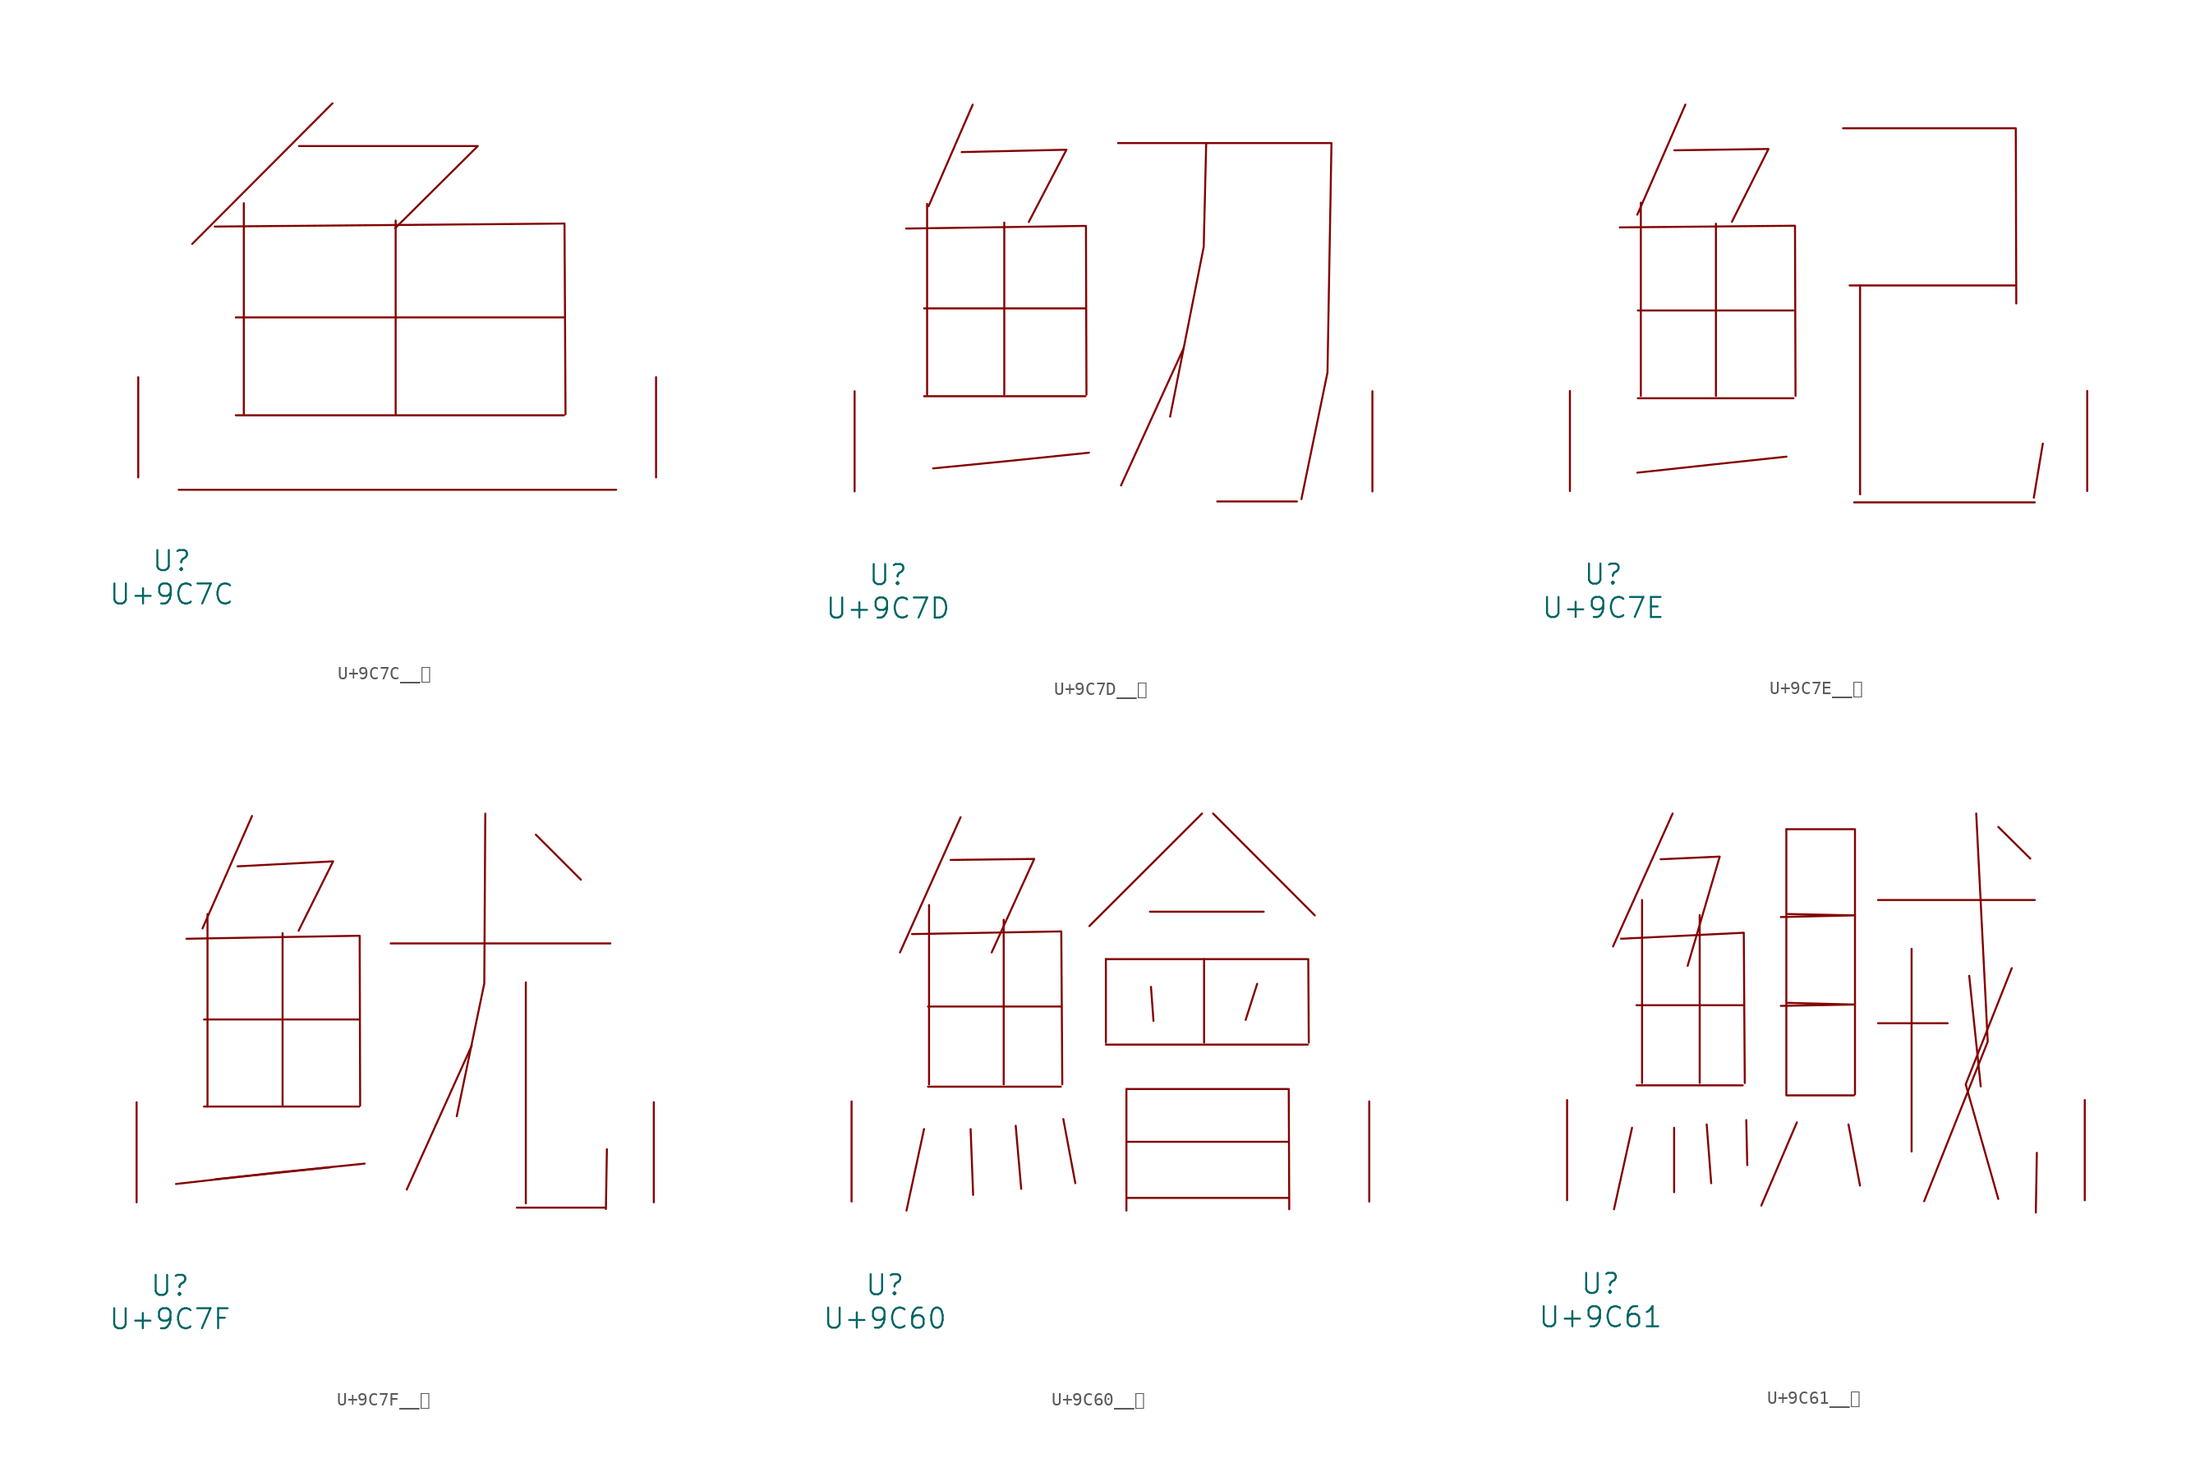
<source format=kicad_sym>
(kicad_symbol_lib
  (version 20231120)
  (generator "kicad_symbol_editor")
  (generator_version "8.0")
  (symbol "U+9C7C__鱼"
    (pin_names
      (offset 1.016))
    (property "Reference" "U"
      (at 0 -6.35 0)
      (effects (font (size 1.524 1.524))))
    (property "Value" "U+9C7C"
      (at 0 -8.89 0)
      (effects (font (size 1.524 1.524))))
    (symbol "U+9C7C__鱼_0_1"
      (polyline (pts (xy 0.533 -0.94) (xy 33.795 -0.94)) (stroke (width 0) (type solid)) (fill (type none)))
      (polyline (pts (xy 4.877 4.724) (xy 29.832 4.724)) (stroke (width 0) (type solid)) (fill (type none)))
      (polyline (pts (xy 4.877 12.167) (xy 29.832 12.167)) (stroke (width 0) (type solid)) (fill (type none)))
      (polyline (pts (xy 5.486 20.853) (xy 5.486 4.801)) (stroke (width 0) (type solid)) (fill (type none)))
      (polyline (pts (xy 12.23 28.448) (xy 1.562 17.755)) (stroke (width 0) (type solid)) (fill (type none)))
      (polyline (pts (xy 17.031 19.533) (xy 17.031 4.801)) (stroke (width 0) (type solid)) (fill (type none)))
      (polyline (pts (xy 3.277 19.075) (xy 29.87 19.304) (xy 29.947 4.801)) (stroke (width 0) (type solid)) (fill (type none)))
      (polyline (pts (xy 9.677 25.197) (xy 23.279 25.197) (xy 16.993 18.948)) (stroke (width 0) (type solid)) (fill (type none)))
      (pin input line (at -2.54 0 90) (length 7.62) (name "~" (effects (font (size 1.27 1.27)))) (number "~" (effects (font (size 1.27 1.27)))))
      (pin input line (at 36.83 0 90) (length 7.62) (name "~" (effects (font (size 1.27 1.27)))) (number "~" (effects (font (size 1.27 1.27)))))))
  (symbol "U+9C7D__鱽"
    (pin_names
      (offset 1.016))
    (property "Reference" "U"
      (at 0 -6.35 0)
      (effects (font (size 1.524 1.524))))
    (property "Value" "U+9C7D"
      (at 0 -8.89 0)
      (effects (font (size 1.524 1.524))))
    (symbol "U+9C7D__鱽_0_1"
      (polyline (pts (xy 2.743 7.239) (xy 15.011 7.239)) (stroke (width 0) (type solid)) (fill (type none)))
      (polyline (pts (xy 2.743 13.919) (xy 15.011 13.919)) (stroke (width 0) (type solid)) (fill (type none)))
      (polyline (pts (xy 2.972 21.869) (xy 2.972 7.366)) (stroke (width 0) (type solid)) (fill (type none)))
      (polyline (pts (xy 6.439 29.413) (xy 3.086 21.692)) (stroke (width 0) (type solid)) (fill (type none)))
      (polyline (pts (xy 8.839 20.447) (xy 8.839 7.366)) (stroke (width 0) (type solid)) (fill (type none)))
      (polyline (pts (xy 22.479 10.897) (xy 17.716 0.457)) (stroke (width 0) (type solid)) (fill (type none)))
      (polyline (pts (xy 25.032 -0.762) (xy 31.09 -0.762)) (stroke (width 0) (type solid)) (fill (type none)))
      (polyline (pts (xy 1.372 19.99) (xy 15.05 20.193) (xy 15.088 7.366)) (stroke (width 0) (type solid)) (fill (type none)))
      (polyline (pts (xy 5.601 25.806) (xy 13.564 25.984) (xy 10.706 20.498)) (stroke (width 0) (type solid)) (fill (type none)))
      (polyline (pts (xy 15.278 2.946) (xy 9.373 2.337) (xy 3.429 1.753)) (stroke (width 0) (type solid)) (fill (type none)))
      (polyline (pts (xy 24.194 26.492) (xy 24.003 18.593) (xy 21.45 5.69)) (stroke (width 0) (type solid)) (fill (type none)))
      (polyline (pts (xy 17.488 26.492) (xy 33.718 26.492) (xy 33.414 9.042) (xy 31.433 -0.584)) (stroke (width 0) (type solid)) (fill (type none)))
      (pin input line (at -2.54 0 90) (length 7.62) (name "~" (effects (font (size 1.27 1.27)))) (number "~" (effects (font (size 1.27 1.27)))))
      (pin input line (at 36.83 0 90) (length 7.62) (name "~" (effects (font (size 1.27 1.27)))) (number "~" (effects (font (size 1.27 1.27)))))))
  (symbol "U+9C7E__鱾"
    (pin_names
      (offset 1.016))
    (property "Reference" "U"
      (at 0 -6.35 0)
      (effects (font (size 1.524 1.524))))
    (property "Value" "U+9C7E"
      (at 0 -8.89 0)
      (effects (font (size 1.524 1.524))))
    (symbol "U+9C7E__鱾_0_1"
      (polyline (pts (xy 2.629 7.061) (xy 14.478 7.061)) (stroke (width 0) (type solid)) (fill (type none)))
      (polyline (pts (xy 2.629 13.741) (xy 14.478 13.741)) (stroke (width 0) (type solid)) (fill (type none)))
      (polyline (pts (xy 2.857 21.946) (xy 2.857 7.239)) (stroke (width 0) (type solid)) (fill (type none)))
      (polyline (pts (xy 6.248 29.413) (xy 2.591 21.031)) (stroke (width 0) (type solid)) (fill (type none)))
      (polyline (pts (xy 8.572 20.345) (xy 8.572 7.239)) (stroke (width 0) (type solid)) (fill (type none)))
      (polyline (pts (xy 18.745 15.646) (xy 31.394 15.646)) (stroke (width 0) (type solid)) (fill (type none)))
      (polyline (pts (xy 19.088 -0.864) (xy 32.842 -0.864)) (stroke (width 0) (type solid)) (fill (type none)))
      (polyline (pts (xy 19.545 15.646) (xy 19.545 -0.254)) (stroke (width 0) (type solid)) (fill (type none)))
      (polyline (pts (xy 33.452 3.607) (xy 32.766 -0.508)) (stroke (width 0) (type solid)) (fill (type none)))
      (polyline (pts (xy 1.257 20.066) (xy 14.592 20.193) (xy 14.63 7.239)) (stroke (width 0) (type solid)) (fill (type none)))
      (polyline (pts (xy 5.41 25.933) (xy 12.573 26.035) (xy 9.792 20.498)) (stroke (width 0) (type solid)) (fill (type none)))
      (polyline (pts (xy 13.945 2.616) (xy 8.458 2.032) (xy 2.591 1.397)) (stroke (width 0) (type solid)) (fill (type none)))
      (polyline (pts (xy 18.25 27.61) (xy 31.394 27.61) (xy 31.433 14.275)) (stroke (width 0) (type solid)) (fill (type none)))
      (pin input line (at -2.54 0 90) (length 7.62) (name "~" (effects (font (size 1.27 1.27)))) (number "~" (effects (font (size 1.27 1.27)))))
      (pin input line (at 36.83 0 90) (length 7.62) (name "~" (effects (font (size 1.27 1.27)))) (number "~" (effects (font (size 1.27 1.27)))))))
  (symbol "U+9C7F__鱿"
    (pin_names
      (offset 1.016))
    (property "Reference" "U"
      (at 0 -6.35 0)
      (effects (font (size 1.524 1.524))))
    (property "Value" "U+9C7F"
      (at 0 -8.89 0)
      (effects (font (size 1.524 1.524))))
    (symbol "U+9C7F__鱿_0_1"
      (polyline (pts (xy 2.591 7.29) (xy 14.402 7.29)) (stroke (width 0) (type solid)) (fill (type none)))
      (polyline (pts (xy 2.591 13.919) (xy 14.402 13.919)) (stroke (width 0) (type solid)) (fill (type none)))
      (polyline (pts (xy 2.857 21.946) (xy 2.857 7.366)) (stroke (width 0) (type solid)) (fill (type none)))
      (polyline (pts (xy 6.248 29.413) (xy 2.477 20.853)) (stroke (width 0) (type solid)) (fill (type none)))
      (polyline (pts (xy 8.572 20.498) (xy 8.572 7.366)) (stroke (width 0) (type solid)) (fill (type none)))
      (polyline (pts (xy 12.23 2.667) (xy 3.429 1.753)) (stroke (width 0) (type solid)) (fill (type none)))
      (polyline (pts (xy 16.802 19.71) (xy 33.528 19.71)) (stroke (width 0) (type solid)) (fill (type none)))
      (polyline (pts (xy 22.974 11.938) (xy 18.021 0.965)) (stroke (width 0) (type solid)) (fill (type none)))
      (polyline (pts (xy 26.403 -0.406) (xy 33.109 -0.406)) (stroke (width 0) (type solid)) (fill (type none)))
      (polyline (pts (xy 27.089 16.739) (xy 27.089 -0.076)) (stroke (width 0) (type solid)) (fill (type none)))
      (polyline (pts (xy 27.851 27.991) (xy 31.28 24.562)) (stroke (width 0) (type solid)) (fill (type none)))
      (polyline (pts (xy 33.261 4.039) (xy 33.185 -0.508)) (stroke (width 0) (type solid)) (fill (type none)))
      (polyline (pts (xy 1.257 20.066) (xy 14.44 20.295) (xy 14.478 7.366)) (stroke (width 0) (type solid)) (fill (type none)))
      (polyline (pts (xy 5.144 25.578) (xy 12.421 25.959) (xy 9.792 20.676)) (stroke (width 0) (type solid)) (fill (type none)))
      (polyline (pts (xy 14.821 2.946) (xy 8.077 2.261) (xy 0.457 1.397)) (stroke (width 0) (type solid)) (fill (type none)))
      (polyline (pts (xy 24.003 29.591) (xy 23.927 16.662) (xy 21.831 6.553)) (stroke (width 0) (type solid)) (fill (type none)))
      (pin input line (at -2.54 0 90) (length 7.62) (name "~" (effects (font (size 1.27 1.27)))) (number "~" (effects (font (size 1.27 1.27)))))
      (pin input line (at 36.83 0 90) (length 7.62) (name "~" (effects (font (size 1.27 1.27)))) (number "~" (effects (font (size 1.27 1.27)))))))
  (symbol "U+9C60__鱠"
    (pin_names
      (offset 1.016))
    (property "Reference" "U"
      (at 0 -6.35 0)
      (effects (font (size 1.524 1.524))))
    (property "Value" "U+9C60"
      (at 0 -8.89 0)
      (effects (font (size 1.524 1.524))))
    (symbol "U+9C60__鱠_0_1"
      (polyline (pts (xy 2.972 5.512) (xy 1.638 -0.686)) (stroke (width 0) (type solid)) (fill (type none)))
      (polyline (pts (xy 3.277 8.738) (xy 13.373 8.738)) (stroke (width 0) (type solid)) (fill (type none)))
      (polyline (pts (xy 3.277 14.834) (xy 13.373 14.834)) (stroke (width 0) (type solid)) (fill (type none)))
      (polyline (pts (xy 3.353 22.555) (xy 3.353 8.915)) (stroke (width 0) (type solid)) (fill (type none)))
      (polyline (pts (xy 5.753 29.235) (xy 1.143 18.948)) (stroke (width 0) (type solid)) (fill (type none)))
      (polyline (pts (xy 6.515 5.512) (xy 6.706 0.508)) (stroke (width 0) (type solid)) (fill (type none)))
      (polyline (pts (xy 9.03 21.438) (xy 9.03 8.915)) (stroke (width 0) (type solid)) (fill (type none)))
      (polyline (pts (xy 9.944 5.766) (xy 10.363 0.965)) (stroke (width 0) (type solid)) (fill (type none)))
      (polyline (pts (xy 13.564 6.274) (xy 14.478 1.397)) (stroke (width 0) (type solid)) (fill (type none)))
      (polyline (pts (xy 16.802 11.938) (xy 32.156 11.938)) (stroke (width 0) (type solid)) (fill (type none)))
      (polyline (pts (xy 16.802 18.44) (xy 16.802 12.09)) (stroke (width 0) (type solid)) (fill (type none)))
      (polyline (pts (xy 18.364 0.279) (xy 30.709 0.279)) (stroke (width 0) (type solid)) (fill (type none)))
      (polyline (pts (xy 18.364 4.547) (xy 30.709 4.547)) (stroke (width 0) (type solid)) (fill (type none)))
      (polyline (pts (xy 18.364 8.56) (xy 18.364 -0.686)) (stroke (width 0) (type solid)) (fill (type none)))
      (polyline (pts (xy 20.155 22.047) (xy 28.804 22.047)) (stroke (width 0) (type solid)) (fill (type none)))
      (polyline (pts (xy 20.231 16.332) (xy 20.422 13.741)) (stroke (width 0) (type solid)) (fill (type none)))
      (polyline (pts (xy 24.117 29.515) (xy 15.545 20.955)) (stroke (width 0) (type solid)) (fill (type none)))
      (polyline (pts (xy 24.27 18.44) (xy 24.27 12.09)) (stroke (width 0) (type solid)) (fill (type none)))
      (polyline (pts (xy 24.956 29.515) (xy 32.69 21.768)) (stroke (width 0) (type solid)) (fill (type none)))
      (polyline (pts (xy 28.308 16.561) (xy 27.432 13.818)) (stroke (width 0) (type solid)) (fill (type none)))
      (polyline (pts (xy 2.057 20.345) (xy 13.411 20.549) (xy 13.487 8.915)) (stroke (width 0) (type solid)) (fill (type none)))
      (polyline (pts (xy 4.991 25.984) (xy 11.354 26.06) (xy 8.115 18.948)) (stroke (width 0) (type solid)) (fill (type none)))
      (polyline (pts (xy 16.802 18.44) (xy 32.194 18.44) (xy 32.233 12.09)) (stroke (width 0) (type solid)) (fill (type none)))
      (polyline (pts (xy 18.364 8.56) (xy 30.709 8.56) (xy 30.747 -0.584)) (stroke (width 0) (type solid)) (fill (type none)))
      (pin input line (at -2.54 0 90) (length 7.62) (name "~" (effects (font (size 1.27 1.27)))) (number "~" (effects (font (size 1.27 1.27)))))
      (pin input line (at 36.83 0 90) (length 7.62) (name "~" (effects (font (size 1.27 1.27)))) (number "~" (effects (font (size 1.27 1.27)))))))
  (symbol "U+9C61__鱡"
    (pin_names
      (offset 1.016))
    (property "Reference" "U"
      (at 0 -6.35 0)
      (effects (font (size 1.524 1.524))))
    (property "Value" "U+9C61"
      (at 0 -8.89 0)
      (effects (font (size 1.524 1.524))))
    (symbol "U+9C61__鱡_0_1"
      (polyline (pts (xy 2.4 5.512) (xy 1.029 -0.686)) (stroke (width 0) (type solid)) (fill (type none)))
      (polyline (pts (xy 2.743 8.738) (xy 10.82 8.738)) (stroke (width 0) (type solid)) (fill (type none)))
      (polyline (pts (xy 2.743 14.834) (xy 10.82 14.834)) (stroke (width 0) (type solid)) (fill (type none)))
      (polyline (pts (xy 3.162 22.835) (xy 3.162 8.915)) (stroke (width 0) (type solid)) (fill (type none)))
      (polyline (pts (xy 5.486 29.413) (xy 0.953 19.304)) (stroke (width 0) (type solid)) (fill (type none)))
      (polyline (pts (xy 5.601 5.512) (xy 5.601 0.61)) (stroke (width 0) (type solid)) (fill (type none)))
      (polyline (pts (xy 7.544 21.692) (xy 7.544 8.915)) (stroke (width 0) (type solid)) (fill (type none)))
      (polyline (pts (xy 8.077 5.766) (xy 8.42 1.295)) (stroke (width 0) (type solid)) (fill (type none)))
      (polyline (pts (xy 11.087 6.096) (xy 11.163 2.667)) (stroke (width 0) (type solid)) (fill (type none)))
      (polyline (pts (xy 14.135 7.976) (xy 19.279 7.976)) (stroke (width 0) (type solid)) (fill (type none)))
      (polyline (pts (xy 14.135 28.219) (xy 14.135 8.052)) (stroke (width 0) (type solid)) (fill (type none)))
      (polyline (pts (xy 14.935 5.918) (xy 12.23 -0.406)) (stroke (width 0) (type solid)) (fill (type none)))
      (polyline (pts (xy 18.86 5.766) (xy 19.736 1.118)) (stroke (width 0) (type solid)) (fill (type none)))
      (polyline (pts (xy 21.107 13.462) (xy 26.403 13.462)) (stroke (width 0) (type solid)) (fill (type none)))
      (polyline (pts (xy 21.107 22.835) (xy 33.033 22.835)) (stroke (width 0) (type solid)) (fill (type none)))
      (polyline (pts (xy 23.66 19.126) (xy 23.66 3.708)) (stroke (width 0) (type solid)) (fill (type none)))
      (polyline (pts (xy 28.042 17.069) (xy 28.918 8.661)) (stroke (width 0) (type solid)) (fill (type none)))
      (polyline (pts (xy 30.251 28.397) (xy 32.69 25.984)) (stroke (width 0) (type solid)) (fill (type none)))
      (polyline (pts (xy 33.185 3.607) (xy 33.109 -0.94)) (stroke (width 0) (type solid)) (fill (type none)))
      (polyline (pts (xy 1.562 19.888) (xy 10.897 20.345) (xy 10.973 8.915)) (stroke (width 0) (type solid)) (fill (type none)))
      (polyline (pts (xy 4.572 25.933) (xy 9.068 26.137) (xy 6.629 17.831)) (stroke (width 0) (type solid)) (fill (type none)))
      (polyline (pts (xy 14.135 28.219) (xy 19.355 28.219) (xy 19.355 8.052)) (stroke (width 0) (type solid)) (fill (type none)))
      (polyline (pts (xy 14.249 15.011) (xy 19.355 14.884) (xy 13.716 14.783)) (stroke (width 0) (type solid)) (fill (type none)))
      (polyline (pts (xy 14.249 21.768) (xy 19.355 21.666) (xy 13.716 21.539)) (stroke (width 0) (type solid)) (fill (type none)))
      (polyline (pts (xy 28.575 29.413) (xy 29.451 12.065) (xy 24.613 -0.076)) (stroke (width 0) (type solid)) (fill (type none)))
      (polyline (pts (xy 31.28 17.653) (xy 27.775 8.814) (xy 30.251 0.102)) (stroke (width 0) (type solid)) (fill (type none)))
      (pin input line (at -2.54 0 90) (length 7.62) (name "~" (effects (font (size 1.27 1.27)))) (number "~" (effects (font (size 1.27 1.27)))))
      (pin input line (at 36.83 0 90) (length 7.62) (name "~" (effects (font (size 1.27 1.27)))) (number "~" (effects (font (size 1.27 1.27))))))))
</source>
